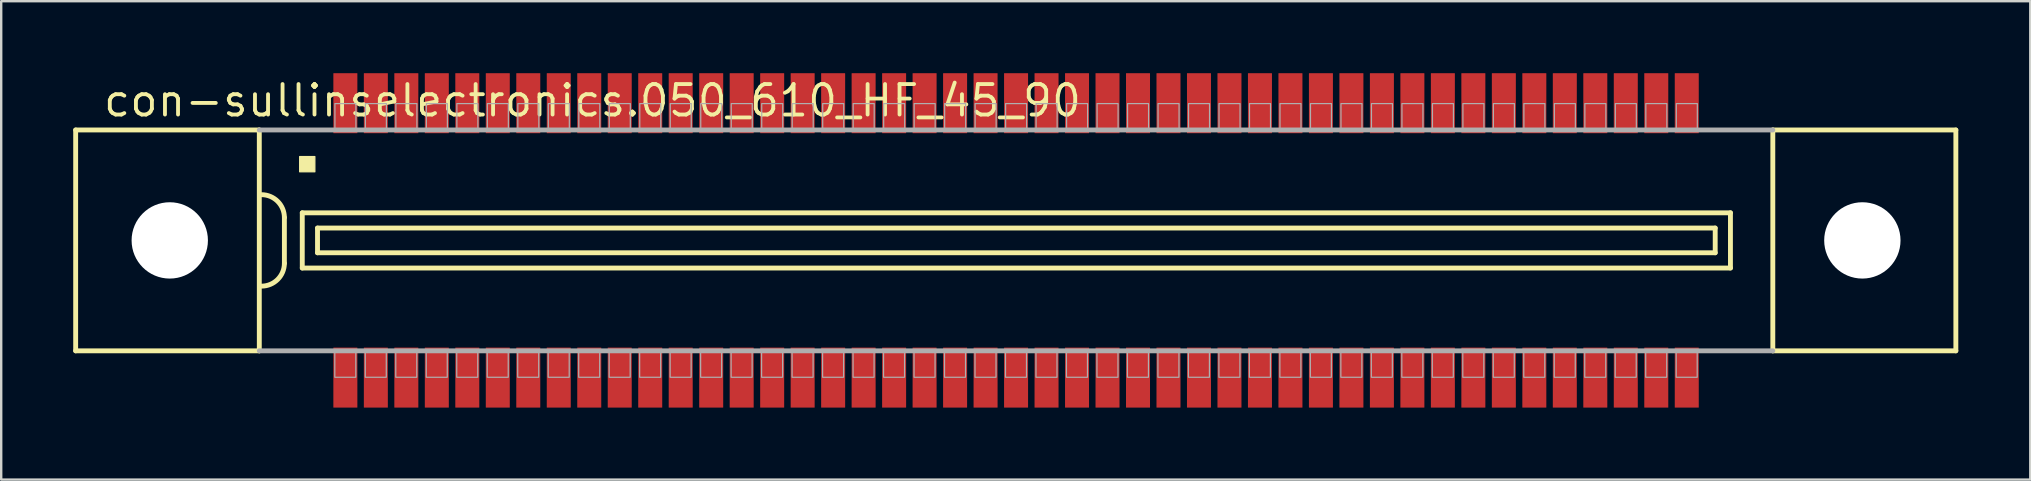
<source format=kicad_pcb>
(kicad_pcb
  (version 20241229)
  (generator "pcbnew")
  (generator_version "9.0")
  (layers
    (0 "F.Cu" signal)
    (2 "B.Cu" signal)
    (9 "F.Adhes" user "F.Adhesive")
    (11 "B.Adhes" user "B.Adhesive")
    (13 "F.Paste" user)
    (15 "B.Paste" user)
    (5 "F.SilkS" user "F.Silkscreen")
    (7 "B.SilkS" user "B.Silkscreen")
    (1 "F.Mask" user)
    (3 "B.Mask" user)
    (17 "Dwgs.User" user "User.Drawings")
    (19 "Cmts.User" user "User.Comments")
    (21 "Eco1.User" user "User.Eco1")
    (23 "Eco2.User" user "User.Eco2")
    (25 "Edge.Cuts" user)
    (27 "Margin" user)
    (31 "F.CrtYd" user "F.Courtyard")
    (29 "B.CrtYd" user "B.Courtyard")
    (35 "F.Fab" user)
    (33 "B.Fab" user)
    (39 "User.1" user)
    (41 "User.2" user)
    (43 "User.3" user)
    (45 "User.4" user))
  (footprint "con-sullinselectronics.050_610_HF_45_90"
    (layer "F.Cu")
    (at 39.277 6.965)
    (property "Reference" "con-sullinselectronics.050_610_HF_45_90" (at -38.1 -5.08 0) (layer "F.SilkS") (effects (font (size 1.27 1.27) (thickness 0.16)) (justify left bottom)))
    (attr smd)
    (fp_line (start -39.175 -4.6) (end -39.175 4.6) (stroke (width 0.203) (type default)) (layer "F.SilkS"))
    (fp_line (start -39.175 4.6) (end -31.525 4.6) (stroke (width 0.203) (type default)) (layer "F.SilkS"))
    (fp_line (start -31.525 -4.6) (end -39.175 -4.6) (stroke (width 0.203) (type default)) (layer "F.SilkS"))
    (fp_line (start -31.525 -4.6) (end -31.525 4.6) (stroke (width 0.203) (type default)) (layer "F.SilkS"))
    (fp_line (start -30.48 -0.953) (end -30.48 0.953) (stroke (width 0.203) (type default)) (layer "F.SilkS"))
    (fp_line (start -29.735 -1.15) (end -29.735 1.15) (stroke (width 0.203) (type default)) (layer "F.SilkS"))
    (fp_line (start -29.735 1.15) (end 29.76 1.15) (stroke (width 0.203) (type default)) (layer "F.SilkS"))
    (fp_line (start -29.1 -0.515) (end -29.1 0.515) (stroke (width 0.203) (type default)) (layer "F.SilkS"))
    (fp_line (start -29.1 0.515) (end 29.125 0.515) (stroke (width 0.203) (type default)) (layer "F.SilkS"))
    (fp_line (start 29.125 -0.515) (end -29.1 -0.515) (stroke (width 0.203) (type default)) (layer "F.SilkS"))
    (fp_line (start 29.125 0.515) (end 29.125 -0.515) (stroke (width 0.203) (type default)) (layer "F.SilkS"))
    (fp_line (start 29.76 -1.15) (end -29.735 -1.15) (stroke (width 0.203) (type default)) (layer "F.SilkS"))
    (fp_line (start 29.76 1.15) (end 29.76 -1.15) (stroke (width 0.203) (type default)) (layer "F.SilkS"))
    (fp_line (start 31.525 4.6) (end 31.525 -4.6) (stroke (width 0.203) (type default)) (layer "F.SilkS"))
    (fp_line (start 31.525 4.6) (end 39.15 4.6) (stroke (width 0.203) (type default)) (layer "F.SilkS"))
    (fp_line (start 39.15 -4.6) (end 31.525 -4.6) (stroke (width 0.203) (type default)) (layer "F.SilkS"))
    (fp_line (start 39.15 4.6) (end 39.15 -4.6) (stroke (width 0.203) (type default)) (layer "F.SilkS"))
    (fp_rect (start -29.845 -2.857) (end -29.21 -3.493) (stroke (width 0.05) (type default)) (fill yes) (layer "F.SilkS"))
    (fp_arc (start -31.4325 -1.905) (mid -30.758981 -1.626019) (end -30.48 -0.9525) (stroke (width 0.2032) (type default)) (layer "F.SilkS"))
    (fp_arc (start -30.48 0.9525) (mid -30.75901 1.62599) (end -31.4325 1.905) (stroke (width 0.2032) (type default)) (layer "F.SilkS"))
    (fp_line (start -31.525 4.6) (end 31.525 4.6) (stroke (width 0.203) (type default)) (layer "F.Fab"))
    (fp_line (start 31.525 -4.6) (end -31.525 -4.6) (stroke (width 0.203) (type default)) (layer "F.Fab"))
    (fp_rect (start -28.38 5.7) (end -27.505 4.65) (stroke (width 0.05) (type default)) (fill no) (layer "F.Fab"))
    (fp_rect (start -28.375 -4.65) (end -27.5 -5.7) (stroke (width 0.05) (type default)) (fill no) (layer "F.Fab"))
    (fp_rect (start -27.11 5.7) (end -26.235 4.65) (stroke (width 0.05) (type default)) (fill no) (layer "F.Fab"))
    (fp_rect (start -27.105 -4.65) (end -26.23 -5.7) (stroke (width 0.05) (type default)) (fill no) (layer "F.Fab"))
    (fp_rect (start -25.84 5.7) (end -24.965 4.65) (stroke (width 0.05) (type default)) (fill no) (layer "F.Fab"))
    (fp_rect (start -25.835 -4.65) (end -24.96 -5.7) (stroke (width 0.05) (type default)) (fill no) (layer "F.Fab"))
    (fp_rect (start -24.57 5.7) (end -23.695 4.65) (stroke (width 0.05) (type default)) (fill no) (layer "F.Fab"))
    (fp_rect (start -24.565 -4.65) (end -23.69 -5.7) (stroke (width 0.05) (type default)) (fill no) (layer "F.Fab"))
    (fp_rect (start -23.3 5.7) (end -22.425 4.65) (stroke (width 0.05) (type default)) (fill no) (layer "F.Fab"))
    (fp_rect (start -23.295 -4.65) (end -22.42 -5.7) (stroke (width 0.05) (type default)) (fill no) (layer "F.Fab"))
    (fp_rect (start -22.03 5.7) (end -21.155 4.65) (stroke (width 0.05) (type default)) (fill no) (layer "F.Fab"))
    (fp_rect (start -22.025 -4.65) (end -21.15 -5.7) (stroke (width 0.05) (type default)) (fill no) (layer "F.Fab"))
    (fp_rect (start -20.76 5.7) (end -19.885 4.65) (stroke (width 0.05) (type default)) (fill no) (layer "F.Fab"))
    (fp_rect (start -20.755 -4.65) (end -19.88 -5.7) (stroke (width 0.05) (type default)) (fill no) (layer "F.Fab"))
    (fp_rect (start -19.49 5.7) (end -18.615 4.65) (stroke (width 0.05) (type default)) (fill no) (layer "F.Fab"))
    (fp_rect (start -19.485 -4.65) (end -18.61 -5.7) (stroke (width 0.05) (type default)) (fill no) (layer "F.Fab"))
    (fp_rect (start -18.22 5.7) (end -17.345 4.65) (stroke (width 0.05) (type default)) (fill no) (layer "F.Fab"))
    (fp_rect (start -18.215 -4.65) (end -17.34 -5.7) (stroke (width 0.05) (type default)) (fill no) (layer "F.Fab"))
    (fp_rect (start -16.95 5.7) (end -16.075 4.65) (stroke (width 0.05) (type default)) (fill no) (layer "F.Fab"))
    (fp_rect (start -16.945 -4.65) (end -16.07 -5.7) (stroke (width 0.05) (type default)) (fill no) (layer "F.Fab"))
    (fp_rect (start -15.68 5.7) (end -14.805 4.65) (stroke (width 0.05) (type default)) (fill no) (layer "F.Fab"))
    (fp_rect (start -15.675 -4.65) (end -14.8 -5.7) (stroke (width 0.05) (type default)) (fill no) (layer "F.Fab"))
    (fp_rect (start -14.41 5.7) (end -13.535 4.65) (stroke (width 0.05) (type default)) (fill no) (layer "F.Fab"))
    (fp_rect (start -14.405 -4.65) (end -13.53 -5.7) (stroke (width 0.05) (type default)) (fill no) (layer "F.Fab"))
    (fp_rect (start -13.14 5.7) (end -12.265 4.65) (stroke (width 0.05) (type default)) (fill no) (layer "F.Fab"))
    (fp_rect (start -13.135 -4.65) (end -12.26 -5.7) (stroke (width 0.05) (type default)) (fill no) (layer "F.Fab"))
    (fp_rect (start -11.87 5.7) (end -10.995 4.65) (stroke (width 0.05) (type default)) (fill no) (layer "F.Fab"))
    (fp_rect (start -11.865 -4.65) (end -10.99 -5.7) (stroke (width 0.05) (type default)) (fill no) (layer "F.Fab"))
    (fp_rect (start -10.6 5.7) (end -9.725 4.65) (stroke (width 0.05) (type default)) (fill no) (layer "F.Fab"))
    (fp_rect (start -10.595 -4.65) (end -9.72 -5.7) (stroke (width 0.05) (type default)) (fill no) (layer "F.Fab"))
    (fp_rect (start -9.33 5.7) (end -8.455 4.65) (stroke (width 0.05) (type default)) (fill no) (layer "F.Fab"))
    (fp_rect (start -9.325 -4.65) (end -8.45 -5.7) (stroke (width 0.05) (type default)) (fill no) (layer "F.Fab"))
    (fp_rect (start -8.06 5.7) (end -7.185 4.65) (stroke (width 0.05) (type default)) (fill no) (layer "F.Fab"))
    (fp_rect (start -8.055 -4.65) (end -7.18 -5.7) (stroke (width 0.05) (type default)) (fill no) (layer "F.Fab"))
    (fp_rect (start -6.79 5.7) (end -5.915 4.65) (stroke (width 0.05) (type default)) (fill no) (layer "F.Fab"))
    (fp_rect (start -6.785 -4.65) (end -5.91 -5.7) (stroke (width 0.05) (type default)) (fill no) (layer "F.Fab"))
    (fp_rect (start -5.52 5.7) (end -4.645 4.65) (stroke (width 0.05) (type default)) (fill no) (layer "F.Fab"))
    (fp_rect (start -5.515 -4.65) (end -4.64 -5.7) (stroke (width 0.05) (type default)) (fill no) (layer "F.Fab"))
    (fp_rect (start -4.25 5.7) (end -3.375 4.65) (stroke (width 0.05) (type default)) (fill no) (layer "F.Fab"))
    (fp_rect (start -4.245 -4.65) (end -3.37 -5.7) (stroke (width 0.05) (type default)) (fill no) (layer "F.Fab"))
    (fp_rect (start -2.98 5.7) (end -2.105 4.65) (stroke (width 0.05) (type default)) (fill no) (layer "F.Fab"))
    (fp_rect (start -2.975 -4.65) (end -2.1 -5.7) (stroke (width 0.05) (type default)) (fill no) (layer "F.Fab"))
    (fp_rect (start -1.71 5.7) (end -0.835 4.65) (stroke (width 0.05) (type default)) (fill no) (layer "F.Fab"))
    (fp_rect (start -1.705 -4.65) (end -0.83 -5.7) (stroke (width 0.05) (type default)) (fill no) (layer "F.Fab"))
    (fp_rect (start -0.44 5.7) (end 0.435 4.65) (stroke (width 0.05) (type default)) (fill no) (layer "F.Fab"))
    (fp_rect (start -0.435 -4.65) (end 0.44 -5.7) (stroke (width 0.05) (type default)) (fill no) (layer "F.Fab"))
    (fp_rect (start 0.83 5.7) (end 1.705 4.65) (stroke (width 0.05) (type default)) (fill no) (layer "F.Fab"))
    (fp_rect (start 0.835 -4.65) (end 1.71 -5.7) (stroke (width 0.05) (type default)) (fill no) (layer "F.Fab"))
    (fp_rect (start 2.1 5.7) (end 2.975 4.65) (stroke (width 0.05) (type default)) (fill no) (layer "F.Fab"))
    (fp_rect (start 2.105 -4.65) (end 2.98 -5.7) (stroke (width 0.05) (type default)) (fill no) (layer "F.Fab"))
    (fp_rect (start 3.37 5.7) (end 4.245 4.65) (stroke (width 0.05) (type default)) (fill no) (layer "F.Fab"))
    (fp_rect (start 3.375 -4.65) (end 4.25 -5.7) (stroke (width 0.05) (type default)) (fill no) (layer "F.Fab"))
    (fp_rect (start 4.64 5.7) (end 5.515 4.65) (stroke (width 0.05) (type default)) (fill no) (layer "F.Fab"))
    (fp_rect (start 4.645 -4.65) (end 5.52 -5.7) (stroke (width 0.05) (type default)) (fill no) (layer "F.Fab"))
    (fp_rect (start 5.91 5.7) (end 6.785 4.65) (stroke (width 0.05) (type default)) (fill no) (layer "F.Fab"))
    (fp_rect (start 5.915 -4.65) (end 6.79 -5.7) (stroke (width 0.05) (type default)) (fill no) (layer "F.Fab"))
    (fp_rect (start 7.18 5.7) (end 8.055 4.65) (stroke (width 0.05) (type default)) (fill no) (layer "F.Fab"))
    (fp_rect (start 7.185 -4.65) (end 8.06 -5.7) (stroke (width 0.05) (type default)) (fill no) (layer "F.Fab"))
    (fp_rect (start 8.45 5.7) (end 9.325 4.65) (stroke (width 0.05) (type default)) (fill no) (layer "F.Fab"))
    (fp_rect (start 8.455 -4.65) (end 9.33 -5.7) (stroke (width 0.05) (type default)) (fill no) (layer "F.Fab"))
    (fp_rect (start 9.72 5.7) (end 10.595 4.65) (stroke (width 0.05) (type default)) (fill no) (layer "F.Fab"))
    (fp_rect (start 9.725 -4.65) (end 10.6 -5.7) (stroke (width 0.05) (type default)) (fill no) (layer "F.Fab"))
    (fp_rect (start 10.99 5.7) (end 11.865 4.65) (stroke (width 0.05) (type default)) (fill no) (layer "F.Fab"))
    (fp_rect (start 10.995 -4.65) (end 11.87 -5.7) (stroke (width 0.05) (type default)) (fill no) (layer "F.Fab"))
    (fp_rect (start 12.26 5.7) (end 13.135 4.65) (stroke (width 0.05) (type default)) (fill no) (layer "F.Fab"))
    (fp_rect (start 12.265 -4.65) (end 13.14 -5.7) (stroke (width 0.05) (type default)) (fill no) (layer "F.Fab"))
    (fp_rect (start 13.53 5.7) (end 14.405 4.65) (stroke (width 0.05) (type default)) (fill no) (layer "F.Fab"))
    (fp_rect (start 13.535 -4.65) (end 14.41 -5.7) (stroke (width 0.05) (type default)) (fill no) (layer "F.Fab"))
    (fp_rect (start 14.8 5.7) (end 15.675 4.65) (stroke (width 0.05) (type default)) (fill no) (layer "F.Fab"))
    (fp_rect (start 14.805 -4.65) (end 15.68 -5.7) (stroke (width 0.05) (type default)) (fill no) (layer "F.Fab"))
    (fp_rect (start 16.07 5.7) (end 16.945 4.65) (stroke (width 0.05) (type default)) (fill no) (layer "F.Fab"))
    (fp_rect (start 16.075 -4.65) (end 16.95 -5.7) (stroke (width 0.05) (type default)) (fill no) (layer "F.Fab"))
    (fp_rect (start 17.34 5.7) (end 18.215 4.65) (stroke (width 0.05) (type default)) (fill no) (layer "F.Fab"))
    (fp_rect (start 17.345 -4.65) (end 18.22 -5.7) (stroke (width 0.05) (type default)) (fill no) (layer "F.Fab"))
    (fp_rect (start 18.61 5.7) (end 19.485 4.65) (stroke (width 0.05) (type default)) (fill no) (layer "F.Fab"))
    (fp_rect (start 18.615 -4.65) (end 19.49 -5.7) (stroke (width 0.05) (type default)) (fill no) (layer "F.Fab"))
    (fp_rect (start 19.88 5.7) (end 20.755 4.65) (stroke (width 0.05) (type default)) (fill no) (layer "F.Fab"))
    (fp_rect (start 19.885 -4.65) (end 20.76 -5.7) (stroke (width 0.05) (type default)) (fill no) (layer "F.Fab"))
    (fp_rect (start 21.15 5.7) (end 22.025 4.65) (stroke (width 0.05) (type default)) (fill no) (layer "F.Fab"))
    (fp_rect (start 21.155 -4.65) (end 22.03 -5.7) (stroke (width 0.05) (type default)) (fill no) (layer "F.Fab"))
    (fp_rect (start 22.42 5.7) (end 23.295 4.65) (stroke (width 0.05) (type default)) (fill no) (layer "F.Fab"))
    (fp_rect (start 22.425 -4.65) (end 23.3 -5.7) (stroke (width 0.05) (type default)) (fill no) (layer "F.Fab"))
    (fp_rect (start 23.69 5.7) (end 24.565 4.65) (stroke (width 0.05) (type default)) (fill no) (layer "F.Fab"))
    (fp_rect (start 23.695 -4.65) (end 24.57 -5.7) (stroke (width 0.05) (type default)) (fill no) (layer "F.Fab"))
    (fp_rect (start 24.96 5.7) (end 25.835 4.65) (stroke (width 0.05) (type default)) (fill no) (layer "F.Fab"))
    (fp_rect (start 24.965 -4.65) (end 25.84 -5.7) (stroke (width 0.05) (type default)) (fill no) (layer "F.Fab"))
    (fp_rect (start 26.23 5.7) (end 27.105 4.65) (stroke (width 0.05) (type default)) (fill no) (layer "F.Fab"))
    (fp_rect (start 26.235 -4.65) (end 27.11 -5.7) (stroke (width 0.05) (type default)) (fill no) (layer "F.Fab"))
    (fp_rect (start 27.5 5.7) (end 28.375 4.65) (stroke (width 0.05) (type default)) (fill no) (layer "F.Fab"))
    (fp_rect (start 27.505 -4.65) (end 28.38 -5.7) (stroke (width 0.05) (type default)) (fill no) (layer "F.Fab"))
    (pad "" np_thru_hole circle (at -35.255 0) (size 3.18 3.18) (drill 3.18) (layers "*.Cu" "*.Mask"))
    (pad "" np_thru_hole circle (at 35.255 0) (size 3.18 3.18) (drill 3.18) (layers "*.Cu" "*.Mask"))
    (pad "1" smd roundrect (at -27.94 -5.715) (size 1 2.5) (layers "F.Cu" "F.Mask" "F.Paste") (roundrect_rratio 0.01))
    (pad "2" smd roundrect (at -26.67 -5.715) (size 1 2.5) (layers "F.Cu" "F.Mask" "F.Paste") (roundrect_rratio 0.01))
    (pad "3" smd roundrect (at -25.4 -5.715) (size 1 2.5) (layers "F.Cu" "F.Mask" "F.Paste") (roundrect_rratio 0.01))
    (pad "4" smd roundrect (at -24.13 -5.715) (size 1 2.5) (layers "F.Cu" "F.Mask" "F.Paste") (roundrect_rratio 0.01))
    (pad "5" smd roundrect (at -22.86 -5.715) (size 1 2.5) (layers "F.Cu" "F.Mask" "F.Paste") (roundrect_rratio 0.01))
    (pad "6" smd roundrect (at -21.59 -5.715) (size 1 2.5) (layers "F.Cu" "F.Mask" "F.Paste") (roundrect_rratio 0.01))
    (pad "7" smd roundrect (at -20.32 -5.715) (size 1 2.5) (layers "F.Cu" "F.Mask" "F.Paste") (roundrect_rratio 0.01))
    (pad "8" smd roundrect (at -19.05 -5.715) (size 1 2.5) (layers "F.Cu" "F.Mask" "F.Paste") (roundrect_rratio 0.01))
    (pad "9" smd roundrect (at -17.78 -5.715) (size 1 2.5) (layers "F.Cu" "F.Mask" "F.Paste") (roundrect_rratio 0.01))
    (pad "10" smd roundrect (at -16.51 -5.715) (size 1 2.5) (layers "F.Cu" "F.Mask" "F.Paste") (roundrect_rratio 0.01))
    (pad "11" smd roundrect (at -15.24 -5.715 180) (size 1 2.5) (layers "F.Cu" "F.Mask" "F.Paste") (roundrect_rratio 0.01))
    (pad "12" smd roundrect (at -13.97 -5.715 180) (size 1 2.5) (layers "F.Cu" "F.Mask" "F.Paste") (roundrect_rratio 0.01))
    (pad "13" smd roundrect (at -12.7 -5.715 180) (size 1 2.5) (layers "F.Cu" "F.Mask" "F.Paste") (roundrect_rratio 0.01))
    (pad "14" smd roundrect (at -11.43 -5.715 180) (size 1 2.5) (layers "F.Cu" "F.Mask" "F.Paste") (roundrect_rratio 0.01))
    (pad "15" smd roundrect (at -10.16 -5.715 180) (size 1 2.5) (layers "F.Cu" "F.Mask" "F.Paste") (roundrect_rratio 0.01))
    (pad "16" smd roundrect (at -8.89 -5.715 180) (size 1 2.5) (layers "F.Cu" "F.Mask" "F.Paste") (roundrect_rratio 0.01))
    (pad "17" smd roundrect (at -7.62 -5.715 180) (size 1 2.5) (layers "F.Cu" "F.Mask" "F.Paste") (roundrect_rratio 0.01))
    (pad "18" smd roundrect (at -6.35 -5.715 180) (size 1 2.5) (layers "F.Cu" "F.Mask" "F.Paste") (roundrect_rratio 0.01))
    (pad "19" smd roundrect (at -5.08 -5.715 180) (size 1 2.5) (layers "F.Cu" "F.Mask" "F.Paste") (roundrect_rratio 0.01))
    (pad "20" smd roundrect (at -3.81 -5.715 180) (size 1 2.5) (layers "F.Cu" "F.Mask" "F.Paste") (roundrect_rratio 0.01))
    (pad "21" smd roundrect (at -2.54 -5.715 180) (size 1 2.5) (layers "F.Cu" "F.Mask" "F.Paste") (roundrect_rratio 0.01))
    (pad "22" smd roundrect (at -1.27 -5.715 180) (size 1 2.5) (layers "F.Cu" "F.Mask" "F.Paste") (roundrect_rratio 0.01))
    (pad "23" smd roundrect (at 0 -5.715 180) (size 1 2.5) (layers "F.Cu" "F.Mask" "F.Paste") (roundrect_rratio 0.01))
    (pad "24" smd roundrect (at 1.27 -5.715 180) (size 1 2.5) (layers "F.Cu" "F.Mask" "F.Paste") (roundrect_rratio 0.01))
    (pad "25" smd roundrect (at 2.54 -5.715 180) (size 1 2.5) (layers "F.Cu" "F.Mask" "F.Paste") (roundrect_rratio 0.01))
    (pad "26" smd roundrect (at 3.81 -5.715 180) (size 1 2.5) (layers "F.Cu" "F.Mask" "F.Paste") (roundrect_rratio 0.01))
    (pad "27" smd roundrect (at 5.08 -5.715 180) (size 1 2.5) (layers "F.Cu" "F.Mask" "F.Paste") (roundrect_rratio 0.01))
    (pad "28" smd roundrect (at 6.35 -5.715 180) (size 1 2.5) (layers "F.Cu" "F.Mask" "F.Paste") (roundrect_rratio 0.01))
    (pad "29" smd roundrect (at 7.62 -5.715 180) (size 1 2.5) (layers "F.Cu" "F.Mask" "F.Paste") (roundrect_rratio 0.01))
    (pad "30" smd roundrect (at 8.89 -5.715 180) (size 1 2.5) (layers "F.Cu" "F.Mask" "F.Paste") (roundrect_rratio 0.01))
    (pad "31" smd roundrect (at 10.16 -5.715 180) (size 1 2.5) (layers "F.Cu" "F.Mask" "F.Paste") (roundrect_rratio 0.01))
    (pad "32" smd roundrect (at 11.43 -5.715 180) (size 1 2.5) (layers "F.Cu" "F.Mask" "F.Paste") (roundrect_rratio 0.01))
    (pad "33" smd roundrect (at 12.7 -5.715 180) (size 1 2.5) (layers "F.Cu" "F.Mask" "F.Paste") (roundrect_rratio 0.01))
    (pad "34" smd roundrect (at 13.97 -5.715 180) (size 1 2.5) (layers "F.Cu" "F.Mask" "F.Paste") (roundrect_rratio 0.01))
    (pad "35" smd roundrect (at 15.24 -5.715 180) (size 1 2.5) (layers "F.Cu" "F.Mask" "F.Paste") (roundrect_rratio 0.01))
    (pad "36" smd roundrect (at 16.51 -5.715 180) (size 1 2.5) (layers "F.Cu" "F.Mask" "F.Paste") (roundrect_rratio 0.01))
    (pad "37" smd roundrect (at 17.78 -5.715 180) (size 1 2.5) (layers "F.Cu" "F.Mask" "F.Paste") (roundrect_rratio 0.01))
    (pad "38" smd roundrect (at 19.05 -5.715 180) (size 1 2.5) (layers "F.Cu" "F.Mask" "F.Paste") (roundrect_rratio 0.01))
    (pad "39" smd roundrect (at 20.32 -5.715 180) (size 1 2.5) (layers "F.Cu" "F.Mask" "F.Paste") (roundrect_rratio 0.01))
    (pad "40" smd roundrect (at 21.59 -5.715 180) (size 1 2.5) (layers "F.Cu" "F.Mask" "F.Paste") (roundrect_rratio 0.01))
    (pad "41" smd roundrect (at 22.86 -5.715 180) (size 1 2.5) (layers "F.Cu" "F.Mask" "F.Paste") (roundrect_rratio 0.01))
    (pad "42" smd roundrect (at 24.13 -5.715 180) (size 1 2.5) (layers "F.Cu" "F.Mask" "F.Paste") (roundrect_rratio 0.01))
    (pad "43" smd roundrect (at 25.4 -5.715 180) (size 1 2.5) (layers "F.Cu" "F.Mask" "F.Paste") (roundrect_rratio 0.01))
    (pad "44" smd roundrect (at 26.67 -5.715 180) (size 1 2.5) (layers "F.Cu" "F.Mask" "F.Paste") (roundrect_rratio 0.01))
    (pad "45" smd roundrect (at 27.94 -5.715 180) (size 1 2.5) (layers "F.Cu" "F.Mask" "F.Paste") (roundrect_rratio 0.01))
    (pad "46" smd roundrect (at -27.94 5.715) (size 1 2.5) (layers "F.Cu" "F.Mask" "F.Paste") (roundrect_rratio 0.01))
    (pad "47" smd roundrect (at -26.67 5.715) (size 1 2.5) (layers "F.Cu" "F.Mask" "F.Paste") (roundrect_rratio 0.01))
    (pad "48" smd roundrect (at -25.4 5.715) (size 1 2.5) (layers "F.Cu" "F.Mask" "F.Paste") (roundrect_rratio 0.01))
    (pad "49" smd roundrect (at -24.13 5.715) (size 1 2.5) (layers "F.Cu" "F.Mask" "F.Paste") (roundrect_rratio 0.01))
    (pad "50" smd roundrect (at -22.86 5.715) (size 1 2.5) (layers "F.Cu" "F.Mask" "F.Paste") (roundrect_rratio 0.01))
    (pad "51" smd roundrect (at -21.59 5.715) (size 1 2.5) (layers "F.Cu" "F.Mask" "F.Paste") (roundrect_rratio 0.01))
    (pad "52" smd roundrect (at -20.32 5.715) (size 1 2.5) (layers "F.Cu" "F.Mask" "F.Paste") (roundrect_rratio 0.01))
    (pad "53" smd roundrect (at -19.05 5.715) (size 1 2.5) (layers "F.Cu" "F.Mask" "F.Paste") (roundrect_rratio 0.01))
    (pad "54" smd roundrect (at -17.78 5.715) (size 1 2.5) (layers "F.Cu" "F.Mask" "F.Paste") (roundrect_rratio 0.01))
    (pad "55" smd roundrect (at -16.51 5.715) (size 1 2.5) (layers "F.Cu" "F.Mask" "F.Paste") (roundrect_rratio 0.01))
    (pad "56" smd roundrect (at -15.24 5.715) (size 1 2.5) (layers "F.Cu" "F.Mask" "F.Paste") (roundrect_rratio 0.01))
    (pad "57" smd roundrect (at -13.97 5.715) (size 1 2.5) (layers "F.Cu" "F.Mask" "F.Paste") (roundrect_rratio 0.01))
    (pad "58" smd roundrect (at -12.7 5.715) (size 1 2.5) (layers "F.Cu" "F.Mask" "F.Paste") (roundrect_rratio 0.01))
    (pad "59" smd roundrect (at -11.43 5.715) (size 1 2.5) (layers "F.Cu" "F.Mask" "F.Paste") (roundrect_rratio 0.01))
    (pad "60" smd roundrect (at -10.16 5.715) (size 1 2.5) (layers "F.Cu" "F.Mask" "F.Paste") (roundrect_rratio 0.01))
    (pad "61" smd roundrect (at -8.89 5.715) (size 1 2.5) (layers "F.Cu" "F.Mask" "F.Paste") (roundrect_rratio 0.01))
    (pad "62" smd roundrect (at -7.62 5.715) (size 1 2.5) (layers "F.Cu" "F.Mask" "F.Paste") (roundrect_rratio 0.01))
    (pad "63" smd roundrect (at -6.35 5.715) (size 1 2.5) (layers "F.Cu" "F.Mask" "F.Paste") (roundrect_rratio 0.01))
    (pad "64" smd roundrect (at -5.08 5.715) (size 1 2.5) (layers "F.Cu" "F.Mask" "F.Paste") (roundrect_rratio 0.01))
    (pad "65" smd roundrect (at -3.81 5.715) (size 1 2.5) (layers "F.Cu" "F.Mask" "F.Paste") (roundrect_rratio 0.01))
    (pad "66" smd roundrect (at -2.54 5.715) (size 1 2.5) (layers "F.Cu" "F.Mask" "F.Paste") (roundrect_rratio 0.01))
    (pad "67" smd roundrect (at -1.27 5.715) (size 1 2.5) (layers "F.Cu" "F.Mask" "F.Paste") (roundrect_rratio 0.01))
    (pad "68" smd roundrect (at 0 5.715) (size 1 2.5) (layers "F.Cu" "F.Mask" "F.Paste") (roundrect_rratio 0.01))
    (pad "69" smd roundrect (at 1.27 5.715) (size 1 2.5) (layers "F.Cu" "F.Mask" "F.Paste") (roundrect_rratio 0.01))
    (pad "70" smd roundrect (at 2.54 5.715) (size 1 2.5) (layers "F.Cu" "F.Mask" "F.Paste") (roundrect_rratio 0.01))
    (pad "71" smd roundrect (at 3.81 5.715) (size 1 2.5) (layers "F.Cu" "F.Mask" "F.Paste") (roundrect_rratio 0.01))
    (pad "72" smd roundrect (at 5.08 5.715) (size 1 2.5) (layers "F.Cu" "F.Mask" "F.Paste") (roundrect_rratio 0.01))
    (pad "73" smd roundrect (at 6.35 5.715) (size 1 2.5) (layers "F.Cu" "F.Mask" "F.Paste") (roundrect_rratio 0.01))
    (pad "74" smd roundrect (at 7.62 5.715) (size 1 2.5) (layers "F.Cu" "F.Mask" "F.Paste") (roundrect_rratio 0.01))
    (pad "75" smd roundrect (at 8.89 5.715) (size 1 2.5) (layers "F.Cu" "F.Mask" "F.Paste") (roundrect_rratio 0.01))
    (pad "76" smd roundrect (at 10.16 5.715) (size 1 2.5) (layers "F.Cu" "F.Mask" "F.Paste") (roundrect_rratio 0.01))
    (pad "77" smd roundrect (at 11.43 5.715) (size 1 2.5) (layers "F.Cu" "F.Mask" "F.Paste") (roundrect_rratio 0.01))
    (pad "78" smd roundrect (at 12.7 5.715) (size 1 2.5) (layers "F.Cu" "F.Mask" "F.Paste") (roundrect_rratio 0.01))
    (pad "79" smd roundrect (at 13.97 5.715) (size 1 2.5) (layers "F.Cu" "F.Mask" "F.Paste") (roundrect_rratio 0.01))
    (pad "80" smd roundrect (at 15.24 5.715) (size 1 2.5) (layers "F.Cu" "F.Mask" "F.Paste") (roundrect_rratio 0.01))
    (pad "81" smd roundrect (at 16.51 5.715) (size 1 2.5) (layers "F.Cu" "F.Mask" "F.Paste") (roundrect_rratio 0.01))
    (pad "82" smd roundrect (at 17.78 5.715) (size 1 2.5) (layers "F.Cu" "F.Mask" "F.Paste") (roundrect_rratio 0.01))
    (pad "83" smd roundrect (at 19.05 5.715) (size 1 2.5) (layers "F.Cu" "F.Mask" "F.Paste") (roundrect_rratio 0.01))
    (pad "84" smd roundrect (at 20.32 5.715) (size 1 2.5) (layers "F.Cu" "F.Mask" "F.Paste") (roundrect_rratio 0.01))
    (pad "85" smd roundrect (at 21.59 5.715) (size 1 2.5) (layers "F.Cu" "F.Mask" "F.Paste") (roundrect_rratio 0.01))
    (pad "86" smd roundrect (at 22.86 5.715) (size 1 2.5) (layers "F.Cu" "F.Mask" "F.Paste") (roundrect_rratio 0.01))
    (pad "87" smd roundrect (at 24.13 5.715) (size 1 2.5) (layers "F.Cu" "F.Mask" "F.Paste") (roundrect_rratio 0.01))
    (pad "88" smd roundrect (at 25.4 5.715) (size 1 2.5) (layers "F.Cu" "F.Mask" "F.Paste") (roundrect_rratio 0.01))
    (pad "89" smd roundrect (at 26.67 5.715) (size 1 2.5) (layers "F.Cu" "F.Mask" "F.Paste") (roundrect_rratio 0.01))
    (pad "90" smd roundrect (at 27.94 5.715) (size 1 2.5) (layers "F.Cu" "F.Mask" "F.Paste") (roundrect_rratio 0.01)))
  (gr_rect
    (start -3 -3)
    (end 81.528 16.93)
    (stroke (width 0.1) (type default))
    (fill no)
    (layer "Edge.Cuts")))
</source>
